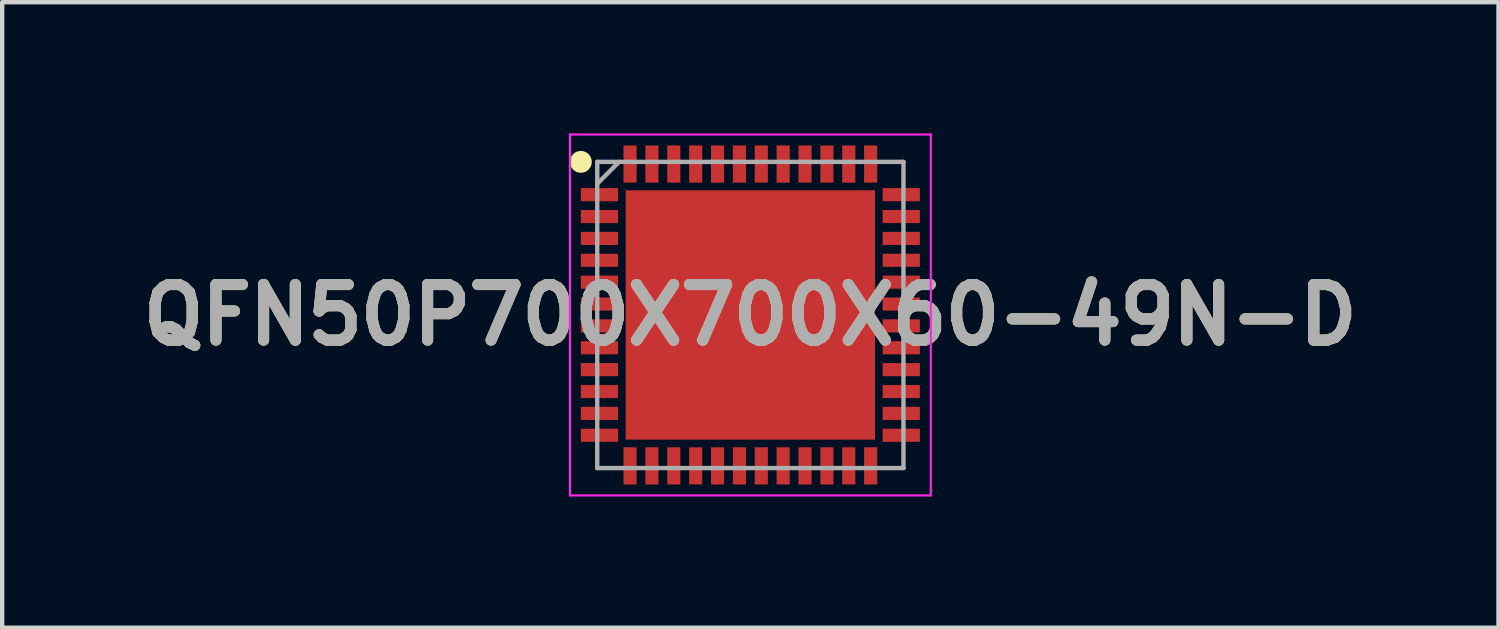
<source format=kicad_pcb>
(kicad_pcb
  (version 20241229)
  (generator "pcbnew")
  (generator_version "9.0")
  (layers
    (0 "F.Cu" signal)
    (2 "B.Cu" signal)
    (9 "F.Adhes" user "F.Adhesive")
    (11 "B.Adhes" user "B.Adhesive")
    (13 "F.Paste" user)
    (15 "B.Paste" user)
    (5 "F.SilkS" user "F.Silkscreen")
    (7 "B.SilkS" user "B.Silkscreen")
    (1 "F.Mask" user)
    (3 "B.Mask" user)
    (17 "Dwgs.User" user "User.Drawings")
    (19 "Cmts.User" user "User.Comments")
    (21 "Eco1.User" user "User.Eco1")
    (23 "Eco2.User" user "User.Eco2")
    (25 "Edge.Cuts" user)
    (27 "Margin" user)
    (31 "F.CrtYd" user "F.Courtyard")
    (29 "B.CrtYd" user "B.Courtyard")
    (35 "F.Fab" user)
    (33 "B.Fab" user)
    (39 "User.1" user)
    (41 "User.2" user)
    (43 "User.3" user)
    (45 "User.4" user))
  (footprint "QFN50P700X700X60-49N-D"
    (layer "F.Cu")
    (at 14.103 4.15)
    (property "Reference" "QFN50P700X700X60-49N-D" (at 0 0 0) (layer "F.SilkS") (effects (font (size 1.27 1.27) (thickness 0.254))))
    (attr smd)
    (fp_circle (center -3.875 -3.5) (end -3.875 -3.375) (stroke (width 0.25) (type solid)) (fill no) (layer "F.SilkS"))
    (fp_line (start -4.125 -4.125) (end 4.125 -4.125) (stroke (width 0.05) (type solid)) (layer "F.CrtYd"))
    (fp_line (start -4.125 4.125) (end -4.125 -4.125) (stroke (width 0.05) (type solid)) (layer "F.CrtYd"))
    (fp_line (start 4.125 -4.125) (end 4.125 4.125) (stroke (width 0.05) (type solid)) (layer "F.CrtYd"))
    (fp_line (start 4.125 4.125) (end -4.125 4.125) (stroke (width 0.05) (type solid)) (layer "F.CrtYd"))
    (fp_line (start -3.5 -3.5) (end 3.5 -3.5) (stroke (width 0.1) (type solid)) (layer "F.Fab"))
    (fp_line (start -3.5 -3) (end -3 -3.5) (stroke (width 0.1) (type solid)) (layer "F.Fab"))
    (fp_line (start -3.5 3.5) (end -3.5 -3.5) (stroke (width 0.1) (type solid)) (layer "F.Fab"))
    (fp_line (start 3.5 -3.5) (end 3.5 3.5) (stroke (width 0.1) (type solid)) (layer "F.Fab"))
    (fp_line (start 3.5 3.5) (end -3.5 3.5) (stroke (width 0.1) (type solid)) (layer "F.Fab"))
    (fp_text user "${REFERENCE}" (at 0 0 0) (layer "F.Fab") (effects (font (size 1.27 1.27) (thickness 0.254))))
    (pad "1" smd rect (at -3.45 -2.75 90) (size 0.3 0.85) (layers "F.Cu" "F.Mask" "F.Paste"))
    (pad "2" smd rect (at -3.45 -2.25 90) (size 0.3 0.85) (layers "F.Cu" "F.Mask" "F.Paste"))
    (pad "3" smd rect (at -3.45 -1.75 90) (size 0.3 0.85) (layers "F.Cu" "F.Mask" "F.Paste"))
    (pad "4" smd rect (at -3.45 -1.25 90) (size 0.3 0.85) (layers "F.Cu" "F.Mask" "F.Paste"))
    (pad "5" smd rect (at -3.45 -0.75 90) (size 0.3 0.85) (layers "F.Cu" "F.Mask" "F.Paste"))
    (pad "6" smd rect (at -3.45 -0.25 90) (size 0.3 0.85) (layers "F.Cu" "F.Mask" "F.Paste"))
    (pad "7" smd rect (at -3.45 0.25 90) (size 0.3 0.85) (layers "F.Cu" "F.Mask" "F.Paste"))
    (pad "8" smd rect (at -3.45 0.75 90) (size 0.3 0.85) (layers "F.Cu" "F.Mask" "F.Paste"))
    (pad "9" smd rect (at -3.45 1.25 90) (size 0.3 0.85) (layers "F.Cu" "F.Mask" "F.Paste"))
    (pad "10" smd rect (at -3.45 1.75 90) (size 0.3 0.85) (layers "F.Cu" "F.Mask" "F.Paste"))
    (pad "11" smd rect (at -3.45 2.25 90) (size 0.3 0.85) (layers "F.Cu" "F.Mask" "F.Paste"))
    (pad "12" smd rect (at -3.45 2.75 90) (size 0.3 0.85) (layers "F.Cu" "F.Mask" "F.Paste"))
    (pad "13" smd rect (at -2.75 3.45) (size 0.3 0.85) (layers "F.Cu" "F.Mask" "F.Paste"))
    (pad "14" smd rect (at -2.25 3.45) (size 0.3 0.85) (layers "F.Cu" "F.Mask" "F.Paste"))
    (pad "15" smd rect (at -1.75 3.45) (size 0.3 0.85) (layers "F.Cu" "F.Mask" "F.Paste"))
    (pad "16" smd rect (at -1.25 3.45) (size 0.3 0.85) (layers "F.Cu" "F.Mask" "F.Paste"))
    (pad "17" smd rect (at -0.75 3.45) (size 0.3 0.85) (layers "F.Cu" "F.Mask" "F.Paste"))
    (pad "18" smd rect (at -0.25 3.45) (size 0.3 0.85) (layers "F.Cu" "F.Mask" "F.Paste"))
    (pad "19" smd rect (at 0.25 3.45) (size 0.3 0.85) (layers "F.Cu" "F.Mask" "F.Paste"))
    (pad "20" smd rect (at 0.75 3.45) (size 0.3 0.85) (layers "F.Cu" "F.Mask" "F.Paste"))
    (pad "21" smd rect (at 1.25 3.45) (size 0.3 0.85) (layers "F.Cu" "F.Mask" "F.Paste"))
    (pad "22" smd rect (at 1.75 3.45) (size 0.3 0.85) (layers "F.Cu" "F.Mask" "F.Paste"))
    (pad "23" smd rect (at 2.25 3.45) (size 0.3 0.85) (layers "F.Cu" "F.Mask" "F.Paste"))
    (pad "24" smd rect (at 2.75 3.45) (size 0.3 0.85) (layers "F.Cu" "F.Mask" "F.Paste"))
    (pad "25" smd rect (at 3.45 2.75 90) (size 0.3 0.85) (layers "F.Cu" "F.Mask" "F.Paste"))
    (pad "26" smd rect (at 3.45 2.25 90) (size 0.3 0.85) (layers "F.Cu" "F.Mask" "F.Paste"))
    (pad "27" smd rect (at 3.45 1.75 90) (size 0.3 0.85) (layers "F.Cu" "F.Mask" "F.Paste"))
    (pad "28" smd rect (at 3.45 1.25 90) (size 0.3 0.85) (layers "F.Cu" "F.Mask" "F.Paste"))
    (pad "29" smd rect (at 3.45 0.75 90) (size 0.3 0.85) (layers "F.Cu" "F.Mask" "F.Paste"))
    (pad "30" smd rect (at 3.45 0.25 90) (size 0.3 0.85) (layers "F.Cu" "F.Mask" "F.Paste"))
    (pad "31" smd rect (at 3.45 -0.25 90) (size 0.3 0.85) (layers "F.Cu" "F.Mask" "F.Paste"))
    (pad "32" smd rect (at 3.45 -0.75 90) (size 0.3 0.85) (layers "F.Cu" "F.Mask" "F.Paste"))
    (pad "33" smd rect (at 3.45 -1.25 90) (size 0.3 0.85) (layers "F.Cu" "F.Mask" "F.Paste"))
    (pad "34" smd rect (at 3.45 -1.75 90) (size 0.3 0.85) (layers "F.Cu" "F.Mask" "F.Paste"))
    (pad "35" smd rect (at 3.45 -2.25 90) (size 0.3 0.85) (layers "F.Cu" "F.Mask" "F.Paste"))
    (pad "36" smd rect (at 3.45 -2.75 90) (size 0.3 0.85) (layers "F.Cu" "F.Mask" "F.Paste"))
    (pad "37" smd rect (at 2.75 -3.45) (size 0.3 0.85) (layers "F.Cu" "F.Mask" "F.Paste"))
    (pad "38" smd rect (at 2.25 -3.45) (size 0.3 0.85) (layers "F.Cu" "F.Mask" "F.Paste"))
    (pad "39" smd rect (at 1.75 -3.45) (size 0.3 0.85) (layers "F.Cu" "F.Mask" "F.Paste"))
    (pad "40" smd rect (at 1.25 -3.45) (size 0.3 0.85) (layers "F.Cu" "F.Mask" "F.Paste"))
    (pad "41" smd rect (at 0.75 -3.45) (size 0.3 0.85) (layers "F.Cu" "F.Mask" "F.Paste"))
    (pad "42" smd rect (at 0.25 -3.45) (size 0.3 0.85) (layers "F.Cu" "F.Mask" "F.Paste"))
    (pad "43" smd rect (at -0.25 -3.45) (size 0.3 0.85) (layers "F.Cu" "F.Mask" "F.Paste"))
    (pad "44" smd rect (at -0.75 -3.45) (size 0.3 0.85) (layers "F.Cu" "F.Mask" "F.Paste"))
    (pad "45" smd rect (at -1.25 -3.45) (size 0.3 0.85) (layers "F.Cu" "F.Mask" "F.Paste"))
    (pad "46" smd rect (at -1.75 -3.45) (size 0.3 0.85) (layers "F.Cu" "F.Mask" "F.Paste"))
    (pad "47" smd rect (at -2.25 -3.45) (size 0.3 0.85) (layers "F.Cu" "F.Mask" "F.Paste"))
    (pad "48" smd rect (at -2.75 -3.45) (size 0.3 0.85) (layers "F.Cu" "F.Mask" "F.Paste"))
    (pad "49" smd rect (at 0 0) (size 5.7 5.7) (layers "F.Cu" "F.Mask" "F.Paste")))
  (gr_rect
    (start -3 -3)
    (end 31.206 11.3)
    (stroke (width 0.1) (type default))
    (fill no)
    (layer "Edge.Cuts")))
</source>
